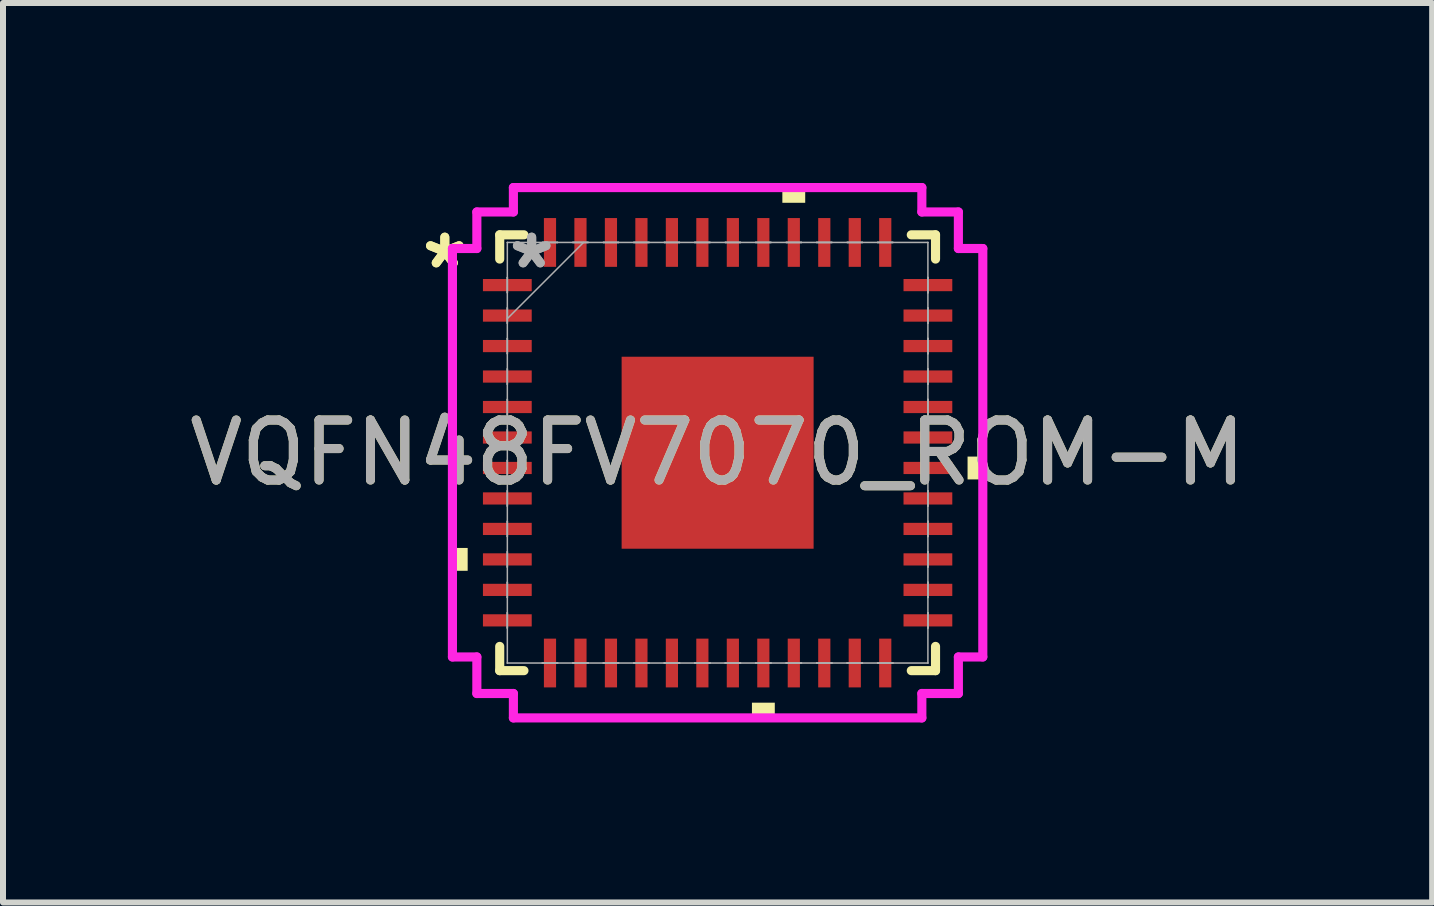
<source format=kicad_pcb>
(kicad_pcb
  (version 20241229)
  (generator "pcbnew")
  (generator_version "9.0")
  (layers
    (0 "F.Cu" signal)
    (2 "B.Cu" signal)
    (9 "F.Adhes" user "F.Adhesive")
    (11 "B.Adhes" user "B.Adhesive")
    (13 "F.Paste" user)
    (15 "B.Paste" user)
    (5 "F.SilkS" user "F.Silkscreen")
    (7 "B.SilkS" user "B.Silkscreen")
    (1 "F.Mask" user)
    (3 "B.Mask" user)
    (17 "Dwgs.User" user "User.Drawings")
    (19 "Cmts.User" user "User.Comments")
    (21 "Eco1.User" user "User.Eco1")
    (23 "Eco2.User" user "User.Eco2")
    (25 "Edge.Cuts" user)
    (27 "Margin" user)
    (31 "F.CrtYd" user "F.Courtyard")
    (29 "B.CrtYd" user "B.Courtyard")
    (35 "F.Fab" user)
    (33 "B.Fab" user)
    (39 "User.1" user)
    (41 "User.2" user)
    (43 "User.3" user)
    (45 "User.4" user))
  (footprint "VQFN48FV7070_ROM-M"
    (layer "F.Cu")
    (at 8.911 4.496)
    (property "Reference" "VQFN48FV7070_ROM-M" (at 0 0 0) (unlocked yes) (layer "F.SilkS") (effects (font (size 1 1) (thickness 0.15))))
    (attr smd)
    (fp_line (start -3.632 -3.632) (end -3.632 -3.228) (stroke (width 0.152) (type solid)) (layer "F.SilkS"))
    (fp_line (start -3.632 3.228) (end -3.632 3.632) (stroke (width 0.152) (type solid)) (layer "F.SilkS"))
    (fp_line (start -3.632 3.632) (end -3.228 3.632) (stroke (width 0.152) (type solid)) (layer "F.SilkS"))
    (fp_line (start -3.228 -3.632) (end -3.632 -3.632) (stroke (width 0.152) (type solid)) (layer "F.SilkS"))
    (fp_line (start 3.228 3.632) (end 3.632 3.632) (stroke (width 0.152) (type solid)) (layer "F.SilkS"))
    (fp_line (start 3.632 -3.632) (end 3.228 -3.632) (stroke (width 0.152) (type solid)) (layer "F.SilkS"))
    (fp_line (start 3.632 -3.228) (end 3.632 -3.632) (stroke (width 0.152) (type solid)) (layer "F.SilkS"))
    (fp_line (start 3.632 3.632) (end 3.632 3.228) (stroke (width 0.152) (type solid)) (layer "F.SilkS"))
    (fp_poly (pts (xy -4.42 1.587) (xy -4.42 1.968) (xy -4.166 1.968) (xy -4.166 1.587)) (stroke (width 0) (type solid)) (fill yes) (layer "F.SilkS"))
    (fp_poly (pts (xy 0.572 4.166) (xy 0.572 4.42) (xy 0.953 4.42) (xy 0.953 4.166)) (stroke (width 0) (type solid)) (fill yes) (layer "F.SilkS"))
    (fp_poly (pts (xy 1.079 -4.166) (xy 1.079 -4.42) (xy 1.46 -4.42) (xy 1.46 -4.166)) (stroke (width 0) (type solid)) (fill yes) (layer "F.SilkS"))
    (fp_poly (pts (xy 4.42 0.064) (xy 4.42 0.445) (xy 4.166 0.445) (xy 4.166 0.064)) (stroke (width 0) (type solid)) (fill yes) (layer "F.SilkS"))
    (fp_poly (pts (xy -1.5 -1.5) (xy -1.5 -0.1) (xy -0.1 -0.1) (xy -0.1 -1.5)) (stroke (width 0) (type solid)) (fill yes) (layer "F.Paste"))
    (fp_poly (pts (xy -1.5 0.1) (xy -1.5 1.5) (xy -0.1 1.5) (xy -0.1 0.1)) (stroke (width 0) (type solid)) (fill yes) (layer "F.Paste"))
    (fp_poly (pts (xy 0.1 -1.5) (xy 0.1 -0.1) (xy 1.5 -0.1) (xy 1.5 -1.5)) (stroke (width 0) (type solid)) (fill yes) (layer "F.Paste"))
    (fp_poly (pts (xy 0.1 0.1) (xy 0.1 1.5) (xy 1.5 1.5) (xy 1.5 0.1)) (stroke (width 0) (type solid)) (fill yes) (layer "F.Paste"))
    (fp_line (start -4.42 -3.404) (end -4.013 -3.404) (stroke (width 0.152) (type solid)) (layer "F.CrtYd"))
    (fp_line (start -4.42 3.404) (end -4.42 -3.404) (stroke (width 0.152) (type solid)) (layer "F.CrtYd"))
    (fp_line (start -4.013 -4.013) (end -3.404 -4.013) (stroke (width 0.152) (type solid)) (layer "F.CrtYd"))
    (fp_line (start -4.013 -3.404) (end -4.013 -4.013) (stroke (width 0.152) (type solid)) (layer "F.CrtYd"))
    (fp_line (start -4.013 3.404) (end -4.42 3.404) (stroke (width 0.152) (type solid)) (layer "F.CrtYd"))
    (fp_line (start -4.013 4.013) (end -4.013 3.404) (stroke (width 0.152) (type solid)) (layer "F.CrtYd"))
    (fp_line (start -3.404 -4.42) (end 3.404 -4.42) (stroke (width 0.152) (type solid)) (layer "F.CrtYd"))
    (fp_line (start -3.404 -4.013) (end -3.404 -4.42) (stroke (width 0.152) (type solid)) (layer "F.CrtYd"))
    (fp_line (start -3.404 4.013) (end -4.013 4.013) (stroke (width 0.152) (type solid)) (layer "F.CrtYd"))
    (fp_line (start -3.404 4.42) (end -3.404 4.013) (stroke (width 0.152) (type solid)) (layer "F.CrtYd"))
    (fp_line (start 3.404 -4.42) (end 3.404 -4.013) (stroke (width 0.152) (type solid)) (layer "F.CrtYd"))
    (fp_line (start 3.404 -4.013) (end 4.013 -4.013) (stroke (width 0.152) (type solid)) (layer "F.CrtYd"))
    (fp_line (start 3.404 4.013) (end 3.404 4.42) (stroke (width 0.152) (type solid)) (layer "F.CrtYd"))
    (fp_line (start 3.404 4.42) (end -3.404 4.42) (stroke (width 0.152) (type solid)) (layer "F.CrtYd"))
    (fp_line (start 4.013 -4.013) (end 4.013 -3.404) (stroke (width 0.152) (type solid)) (layer "F.CrtYd"))
    (fp_line (start 4.013 -3.404) (end 4.42 -3.404) (stroke (width 0.152) (type solid)) (layer "F.CrtYd"))
    (fp_line (start 4.013 3.404) (end 4.013 4.013) (stroke (width 0.152) (type solid)) (layer "F.CrtYd"))
    (fp_line (start 4.013 4.013) (end 3.404 4.013) (stroke (width 0.152) (type solid)) (layer "F.CrtYd"))
    (fp_line (start 4.42 -3.404) (end 4.42 3.404) (stroke (width 0.152) (type solid)) (layer "F.CrtYd"))
    (fp_line (start 4.42 3.404) (end 4.013 3.404) (stroke (width 0.152) (type solid)) (layer "F.CrtYd"))
    (fp_line (start -3.505 -3.505) (end -3.505 -3.505) (stroke (width 0.025) (type solid)) (layer "F.Fab"))
    (fp_line (start -3.505 -3.505) (end -3.505 3.505) (stroke (width 0.025) (type solid)) (layer "F.Fab"))
    (fp_line (start -3.505 -2.921) (end -3.505 -2.921) (stroke (width 0.025) (type solid)) (layer "F.Fab"))
    (fp_line (start -3.505 -2.921) (end -3.505 -2.667) (stroke (width 0.025) (type solid)) (layer "F.Fab"))
    (fp_line (start -3.505 -2.667) (end -3.505 -2.921) (stroke (width 0.025) (type solid)) (layer "F.Fab"))
    (fp_line (start -3.505 -2.667) (end -3.505 -2.667) (stroke (width 0.025) (type solid)) (layer "F.Fab"))
    (fp_line (start -3.505 -2.413) (end -3.505 -2.413) (stroke (width 0.025) (type solid)) (layer "F.Fab"))
    (fp_line (start -3.505 -2.413) (end -3.505 -2.159) (stroke (width 0.025) (type solid)) (layer "F.Fab"))
    (fp_line (start -3.505 -2.235) (end -2.235 -3.505) (stroke (width 0.025) (type solid)) (layer "F.Fab"))
    (fp_line (start -3.505 -2.159) (end -3.505 -2.413) (stroke (width 0.025) (type solid)) (layer "F.Fab"))
    (fp_line (start -3.505 -2.159) (end -3.505 -2.159) (stroke (width 0.025) (type solid)) (layer "F.Fab"))
    (fp_line (start -3.505 -1.905) (end -3.505 -1.905) (stroke (width 0.025) (type solid)) (layer "F.Fab"))
    (fp_line (start -3.505 -1.905) (end -3.505 -1.651) (stroke (width 0.025) (type solid)) (layer "F.Fab"))
    (fp_line (start -3.505 -1.651) (end -3.505 -1.905) (stroke (width 0.025) (type solid)) (layer "F.Fab"))
    (fp_line (start -3.505 -1.651) (end -3.505 -1.651) (stroke (width 0.025) (type solid)) (layer "F.Fab"))
    (fp_line (start -3.505 -1.397) (end -3.505 -1.397) (stroke (width 0.025) (type solid)) (layer "F.Fab"))
    (fp_line (start -3.505 -1.397) (end -3.505 -1.143) (stroke (width 0.025) (type solid)) (layer "F.Fab"))
    (fp_line (start -3.505 -1.143) (end -3.505 -1.397) (stroke (width 0.025) (type solid)) (layer "F.Fab"))
    (fp_line (start -3.505 -1.143) (end -3.505 -1.143) (stroke (width 0.025) (type solid)) (layer "F.Fab"))
    (fp_line (start -3.505 -0.889) (end -3.505 -0.889) (stroke (width 0.025) (type solid)) (layer "F.Fab"))
    (fp_line (start -3.505 -0.889) (end -3.505 -0.635) (stroke (width 0.025) (type solid)) (layer "F.Fab"))
    (fp_line (start -3.505 -0.635) (end -3.505 -0.889) (stroke (width 0.025) (type solid)) (layer "F.Fab"))
    (fp_line (start -3.505 -0.635) (end -3.505 -0.635) (stroke (width 0.025) (type solid)) (layer "F.Fab"))
    (fp_line (start -3.505 -0.381) (end -3.505 -0.381) (stroke (width 0.025) (type solid)) (layer "F.Fab"))
    (fp_line (start -3.505 -0.381) (end -3.505 -0.127) (stroke (width 0.025) (type solid)) (layer "F.Fab"))
    (fp_line (start -3.505 -0.127) (end -3.505 -0.381) (stroke (width 0.025) (type solid)) (layer "F.Fab"))
    (fp_line (start -3.505 -0.127) (end -3.505 -0.127) (stroke (width 0.025) (type solid)) (layer "F.Fab"))
    (fp_line (start -3.505 0.127) (end -3.505 0.127) (stroke (width 0.025) (type solid)) (layer "F.Fab"))
    (fp_line (start -3.505 0.127) (end -3.505 0.381) (stroke (width 0.025) (type solid)) (layer "F.Fab"))
    (fp_line (start -3.505 0.381) (end -3.505 0.127) (stroke (width 0.025) (type solid)) (layer "F.Fab"))
    (fp_line (start -3.505 0.381) (end -3.505 0.381) (stroke (width 0.025) (type solid)) (layer "F.Fab"))
    (fp_line (start -3.505 0.635) (end -3.505 0.635) (stroke (width 0.025) (type solid)) (layer "F.Fab"))
    (fp_line (start -3.505 0.635) (end -3.505 0.889) (stroke (width 0.025) (type solid)) (layer "F.Fab"))
    (fp_line (start -3.505 0.889) (end -3.505 0.635) (stroke (width 0.025) (type solid)) (layer "F.Fab"))
    (fp_line (start -3.505 0.889) (end -3.505 0.889) (stroke (width 0.025) (type solid)) (layer "F.Fab"))
    (fp_line (start -3.505 1.143) (end -3.505 1.143) (stroke (width 0.025) (type solid)) (layer "F.Fab"))
    (fp_line (start -3.505 1.143) (end -3.505 1.397) (stroke (width 0.025) (type solid)) (layer "F.Fab"))
    (fp_line (start -3.505 1.397) (end -3.505 1.143) (stroke (width 0.025) (type solid)) (layer "F.Fab"))
    (fp_line (start -3.505 1.397) (end -3.505 1.397) (stroke (width 0.025) (type solid)) (layer "F.Fab"))
    (fp_line (start -3.505 1.651) (end -3.505 1.651) (stroke (width 0.025) (type solid)) (layer "F.Fab"))
    (fp_line (start -3.505 1.651) (end -3.505 1.905) (stroke (width 0.025) (type solid)) (layer "F.Fab"))
    (fp_line (start -3.505 1.905) (end -3.505 1.651) (stroke (width 0.025) (type solid)) (layer "F.Fab"))
    (fp_line (start -3.505 1.905) (end -3.505 1.905) (stroke (width 0.025) (type solid)) (layer "F.Fab"))
    (fp_line (start -3.505 2.159) (end -3.505 2.159) (stroke (width 0.025) (type solid)) (layer "F.Fab"))
    (fp_line (start -3.505 2.159) (end -3.505 2.413) (stroke (width 0.025) (type solid)) (layer "F.Fab"))
    (fp_line (start -3.505 2.413) (end -3.505 2.159) (stroke (width 0.025) (type solid)) (layer "F.Fab"))
    (fp_line (start -3.505 2.413) (end -3.505 2.413) (stroke (width 0.025) (type solid)) (layer "F.Fab"))
    (fp_line (start -3.505 2.667) (end -3.505 2.667) (stroke (width 0.025) (type solid)) (layer "F.Fab"))
    (fp_line (start -3.505 2.667) (end -3.505 2.921) (stroke (width 0.025) (type solid)) (layer "F.Fab"))
    (fp_line (start -3.505 2.921) (end -3.505 2.667) (stroke (width 0.025) (type solid)) (layer "F.Fab"))
    (fp_line (start -3.505 2.921) (end -3.505 2.921) (stroke (width 0.025) (type solid)) (layer "F.Fab"))
    (fp_line (start -3.505 3.505) (end -3.505 3.505) (stroke (width 0.025) (type solid)) (layer "F.Fab"))
    (fp_line (start -3.505 3.505) (end 3.505 3.505) (stroke (width 0.025) (type solid)) (layer "F.Fab"))
    (fp_line (start -2.921 -3.505) (end -2.921 -3.505) (stroke (width 0.025) (type solid)) (layer "F.Fab"))
    (fp_line (start -2.921 -3.505) (end -2.667 -3.505) (stroke (width 0.025) (type solid)) (layer "F.Fab"))
    (fp_line (start -2.921 3.505) (end -2.921 3.505) (stroke (width 0.025) (type solid)) (layer "F.Fab"))
    (fp_line (start -2.921 3.505) (end -2.667 3.505) (stroke (width 0.025) (type solid)) (layer "F.Fab"))
    (fp_line (start -2.667 -3.505) (end -2.921 -3.505) (stroke (width 0.025) (type solid)) (layer "F.Fab"))
    (fp_line (start -2.667 -3.505) (end -2.667 -3.505) (stroke (width 0.025) (type solid)) (layer "F.Fab"))
    (fp_line (start -2.667 3.505) (end -2.921 3.505) (stroke (width 0.025) (type solid)) (layer "F.Fab"))
    (fp_line (start -2.667 3.505) (end -2.667 3.505) (stroke (width 0.025) (type solid)) (layer "F.Fab"))
    (fp_line (start -2.413 -3.505) (end -2.413 -3.505) (stroke (width 0.025) (type solid)) (layer "F.Fab"))
    (fp_line (start -2.413 -3.505) (end -2.159 -3.505) (stroke (width 0.025) (type solid)) (layer "F.Fab"))
    (fp_line (start -2.413 3.505) (end -2.413 3.505) (stroke (width 0.025) (type solid)) (layer "F.Fab"))
    (fp_line (start -2.413 3.505) (end -2.159 3.505) (stroke (width 0.025) (type solid)) (layer "F.Fab"))
    (fp_line (start -2.159 -3.505) (end -2.413 -3.505) (stroke (width 0.025) (type solid)) (layer "F.Fab"))
    (fp_line (start -2.159 -3.505) (end -2.159 -3.505) (stroke (width 0.025) (type solid)) (layer "F.Fab"))
    (fp_line (start -2.159 3.505) (end -2.413 3.505) (stroke (width 0.025) (type solid)) (layer "F.Fab"))
    (fp_line (start -2.159 3.505) (end -2.159 3.505) (stroke (width 0.025) (type solid)) (layer "F.Fab"))
    (fp_line (start -1.905 -3.505) (end -1.905 -3.505) (stroke (width 0.025) (type solid)) (layer "F.Fab"))
    (fp_line (start -1.905 -3.505) (end -1.651 -3.505) (stroke (width 0.025) (type solid)) (layer "F.Fab"))
    (fp_line (start -1.905 3.505) (end -1.905 3.505) (stroke (width 0.025) (type solid)) (layer "F.Fab"))
    (fp_line (start -1.905 3.505) (end -1.651 3.505) (stroke (width 0.025) (type solid)) (layer "F.Fab"))
    (fp_line (start -1.651 -3.505) (end -1.905 -3.505) (stroke (width 0.025) (type solid)) (layer "F.Fab"))
    (fp_line (start -1.651 -3.505) (end -1.651 -3.505) (stroke (width 0.025) (type solid)) (layer "F.Fab"))
    (fp_line (start -1.651 3.505) (end -1.905 3.505) (stroke (width 0.025) (type solid)) (layer "F.Fab"))
    (fp_line (start -1.651 3.505) (end -1.651 3.505) (stroke (width 0.025) (type solid)) (layer "F.Fab"))
    (fp_line (start -1.397 -3.505) (end -1.397 -3.505) (stroke (width 0.025) (type solid)) (layer "F.Fab"))
    (fp_line (start -1.397 -3.505) (end -1.143 -3.505) (stroke (width 0.025) (type solid)) (layer "F.Fab"))
    (fp_line (start -1.397 3.505) (end -1.397 3.505) (stroke (width 0.025) (type solid)) (layer "F.Fab"))
    (fp_line (start -1.397 3.505) (end -1.143 3.505) (stroke (width 0.025) (type solid)) (layer "F.Fab"))
    (fp_line (start -1.143 -3.505) (end -1.397 -3.505) (stroke (width 0.025) (type solid)) (layer "F.Fab"))
    (fp_line (start -1.143 -3.505) (end -1.143 -3.505) (stroke (width 0.025) (type solid)) (layer "F.Fab"))
    (fp_line (start -1.143 3.505) (end -1.397 3.505) (stroke (width 0.025) (type solid)) (layer "F.Fab"))
    (fp_line (start -1.143 3.505) (end -1.143 3.505) (stroke (width 0.025) (type solid)) (layer "F.Fab"))
    (fp_line (start -0.889 -3.505) (end -0.889 -3.505) (stroke (width 0.025) (type solid)) (layer "F.Fab"))
    (fp_line (start -0.889 -3.505) (end -0.635 -3.505) (stroke (width 0.025) (type solid)) (layer "F.Fab"))
    (fp_line (start -0.889 3.505) (end -0.889 3.505) (stroke (width 0.025) (type solid)) (layer "F.Fab"))
    (fp_line (start -0.889 3.505) (end -0.635 3.505) (stroke (width 0.025) (type solid)) (layer "F.Fab"))
    (fp_line (start -0.635 -3.505) (end -0.889 -3.505) (stroke (width 0.025) (type solid)) (layer "F.Fab"))
    (fp_line (start -0.635 -3.505) (end -0.635 -3.505) (stroke (width 0.025) (type solid)) (layer "F.Fab"))
    (fp_line (start -0.635 3.505) (end -0.889 3.505) (stroke (width 0.025) (type solid)) (layer "F.Fab"))
    (fp_line (start -0.635 3.505) (end -0.635 3.505) (stroke (width 0.025) (type solid)) (layer "F.Fab"))
    (fp_line (start -0.381 -3.505) (end -0.381 -3.505) (stroke (width 0.025) (type solid)) (layer "F.Fab"))
    (fp_line (start -0.381 -3.505) (end -0.127 -3.505) (stroke (width 0.025) (type solid)) (layer "F.Fab"))
    (fp_line (start -0.381 3.505) (end -0.381 3.505) (stroke (width 0.025) (type solid)) (layer "F.Fab"))
    (fp_line (start -0.381 3.505) (end -0.127 3.505) (stroke (width 0.025) (type solid)) (layer "F.Fab"))
    (fp_line (start -0.127 -3.505) (end -0.381 -3.505) (stroke (width 0.025) (type solid)) (layer "F.Fab"))
    (fp_line (start -0.127 -3.505) (end -0.127 -3.505) (stroke (width 0.025) (type solid)) (layer "F.Fab"))
    (fp_line (start -0.127 3.505) (end -0.381 3.505) (stroke (width 0.025) (type solid)) (layer "F.Fab"))
    (fp_line (start -0.127 3.505) (end -0.127 3.505) (stroke (width 0.025) (type solid)) (layer "F.Fab"))
    (fp_line (start 0.127 -3.505) (end 0.127 -3.505) (stroke (width 0.025) (type solid)) (layer "F.Fab"))
    (fp_line (start 0.127 -3.505) (end 0.381 -3.505) (stroke (width 0.025) (type solid)) (layer "F.Fab"))
    (fp_line (start 0.127 3.505) (end 0.127 3.505) (stroke (width 0.025) (type solid)) (layer "F.Fab"))
    (fp_line (start 0.127 3.505) (end 0.381 3.505) (stroke (width 0.025) (type solid)) (layer "F.Fab"))
    (fp_line (start 0.381 -3.505) (end 0.127 -3.505) (stroke (width 0.025) (type solid)) (layer "F.Fab"))
    (fp_line (start 0.381 -3.505) (end 0.381 -3.505) (stroke (width 0.025) (type solid)) (layer "F.Fab"))
    (fp_line (start 0.381 3.505) (end 0.127 3.505) (stroke (width 0.025) (type solid)) (layer "F.Fab"))
    (fp_line (start 0.381 3.505) (end 0.381 3.505) (stroke (width 0.025) (type solid)) (layer "F.Fab"))
    (fp_line (start 0.635 -3.505) (end 0.635 -3.505) (stroke (width 0.025) (type solid)) (layer "F.Fab"))
    (fp_line (start 0.635 -3.505) (end 0.889 -3.505) (stroke (width 0.025) (type solid)) (layer "F.Fab"))
    (fp_line (start 0.635 3.505) (end 0.635 3.505) (stroke (width 0.025) (type solid)) (layer "F.Fab"))
    (fp_line (start 0.635 3.505) (end 0.889 3.505) (stroke (width 0.025) (type solid)) (layer "F.Fab"))
    (fp_line (start 0.889 -3.505) (end 0.635 -3.505) (stroke (width 0.025) (type solid)) (layer "F.Fab"))
    (fp_line (start 0.889 -3.505) (end 0.889 -3.505) (stroke (width 0.025) (type solid)) (layer "F.Fab"))
    (fp_line (start 0.889 3.505) (end 0.635 3.505) (stroke (width 0.025) (type solid)) (layer "F.Fab"))
    (fp_line (start 0.889 3.505) (end 0.889 3.505) (stroke (width 0.025) (type solid)) (layer "F.Fab"))
    (fp_line (start 1.143 -3.505) (end 1.143 -3.505) (stroke (width 0.025) (type solid)) (layer "F.Fab"))
    (fp_line (start 1.143 -3.505) (end 1.397 -3.505) (stroke (width 0.025) (type solid)) (layer "F.Fab"))
    (fp_line (start 1.143 3.505) (end 1.143 3.505) (stroke (width 0.025) (type solid)) (layer "F.Fab"))
    (fp_line (start 1.143 3.505) (end 1.397 3.505) (stroke (width 0.025) (type solid)) (layer "F.Fab"))
    (fp_line (start 1.397 -3.505) (end 1.143 -3.505) (stroke (width 0.025) (type solid)) (layer "F.Fab"))
    (fp_line (start 1.397 -3.505) (end 1.397 -3.505) (stroke (width 0.025) (type solid)) (layer "F.Fab"))
    (fp_line (start 1.397 3.505) (end 1.143 3.505) (stroke (width 0.025) (type solid)) (layer "F.Fab"))
    (fp_line (start 1.397 3.505) (end 1.397 3.505) (stroke (width 0.025) (type solid)) (layer "F.Fab"))
    (fp_line (start 1.651 -3.505) (end 1.651 -3.505) (stroke (width 0.025) (type solid)) (layer "F.Fab"))
    (fp_line (start 1.651 -3.505) (end 1.905 -3.505) (stroke (width 0.025) (type solid)) (layer "F.Fab"))
    (fp_line (start 1.651 3.505) (end 1.651 3.505) (stroke (width 0.025) (type solid)) (layer "F.Fab"))
    (fp_line (start 1.651 3.505) (end 1.905 3.505) (stroke (width 0.025) (type solid)) (layer "F.Fab"))
    (fp_line (start 1.905 -3.505) (end 1.651 -3.505) (stroke (width 0.025) (type solid)) (layer "F.Fab"))
    (fp_line (start 1.905 -3.505) (end 1.905 -3.505) (stroke (width 0.025) (type solid)) (layer "F.Fab"))
    (fp_line (start 1.905 3.505) (end 1.651 3.505) (stroke (width 0.025) (type solid)) (layer "F.Fab"))
    (fp_line (start 1.905 3.505) (end 1.905 3.505) (stroke (width 0.025) (type solid)) (layer "F.Fab"))
    (fp_line (start 2.159 -3.505) (end 2.159 -3.505) (stroke (width 0.025) (type solid)) (layer "F.Fab"))
    (fp_line (start 2.159 -3.505) (end 2.413 -3.505) (stroke (width 0.025) (type solid)) (layer "F.Fab"))
    (fp_line (start 2.159 3.505) (end 2.159 3.505) (stroke (width 0.025) (type solid)) (layer "F.Fab"))
    (fp_line (start 2.159 3.505) (end 2.413 3.505) (stroke (width 0.025) (type solid)) (layer "F.Fab"))
    (fp_line (start 2.413 -3.505) (end 2.159 -3.505) (stroke (width 0.025) (type solid)) (layer "F.Fab"))
    (fp_line (start 2.413 -3.505) (end 2.413 -3.505) (stroke (width 0.025) (type solid)) (layer "F.Fab"))
    (fp_line (start 2.413 3.505) (end 2.159 3.505) (stroke (width 0.025) (type solid)) (layer "F.Fab"))
    (fp_line (start 2.413 3.505) (end 2.413 3.505) (stroke (width 0.025) (type solid)) (layer "F.Fab"))
    (fp_line (start 2.667 -3.505) (end 2.667 -3.505) (stroke (width 0.025) (type solid)) (layer "F.Fab"))
    (fp_line (start 2.667 -3.505) (end 2.921 -3.505) (stroke (width 0.025) (type solid)) (layer "F.Fab"))
    (fp_line (start 2.667 3.505) (end 2.667 3.505) (stroke (width 0.025) (type solid)) (layer "F.Fab"))
    (fp_line (start 2.667 3.505) (end 2.921 3.505) (stroke (width 0.025) (type solid)) (layer "F.Fab"))
    (fp_line (start 2.921 -3.505) (end 2.667 -3.505) (stroke (width 0.025) (type solid)) (layer "F.Fab"))
    (fp_line (start 2.921 -3.505) (end 2.921 -3.505) (stroke (width 0.025) (type solid)) (layer "F.Fab"))
    (fp_line (start 2.921 3.505) (end 2.667 3.505) (stroke (width 0.025) (type solid)) (layer "F.Fab"))
    (fp_line (start 2.921 3.505) (end 2.921 3.505) (stroke (width 0.025) (type solid)) (layer "F.Fab"))
    (fp_line (start 3.505 -3.505) (end -3.505 -3.505) (stroke (width 0.025) (type solid)) (layer "F.Fab"))
    (fp_line (start 3.505 -3.505) (end 3.505 -3.505) (stroke (width 0.025) (type solid)) (layer "F.Fab"))
    (fp_line (start 3.505 -2.921) (end 3.505 -2.921) (stroke (width 0.025) (type solid)) (layer "F.Fab"))
    (fp_line (start 3.505 -2.921) (end 3.505 -2.667) (stroke (width 0.025) (type solid)) (layer "F.Fab"))
    (fp_line (start 3.505 -2.667) (end 3.505 -2.921) (stroke (width 0.025) (type solid)) (layer "F.Fab"))
    (fp_line (start 3.505 -2.667) (end 3.505 -2.667) (stroke (width 0.025) (type solid)) (layer "F.Fab"))
    (fp_line (start 3.505 -2.413) (end 3.505 -2.413) (stroke (width 0.025) (type solid)) (layer "F.Fab"))
    (fp_line (start 3.505 -2.413) (end 3.505 -2.159) (stroke (width 0.025) (type solid)) (layer "F.Fab"))
    (fp_line (start 3.505 -2.159) (end 3.505 -2.413) (stroke (width 0.025) (type solid)) (layer "F.Fab"))
    (fp_line (start 3.505 -2.159) (end 3.505 -2.159) (stroke (width 0.025) (type solid)) (layer "F.Fab"))
    (fp_line (start 3.505 -1.905) (end 3.505 -1.905) (stroke (width 0.025) (type solid)) (layer "F.Fab"))
    (fp_line (start 3.505 -1.905) (end 3.505 -1.651) (stroke (width 0.025) (type solid)) (layer "F.Fab"))
    (fp_line (start 3.505 -1.651) (end 3.505 -1.905) (stroke (width 0.025) (type solid)) (layer "F.Fab"))
    (fp_line (start 3.505 -1.651) (end 3.505 -1.651) (stroke (width 0.025) (type solid)) (layer "F.Fab"))
    (fp_line (start 3.505 -1.397) (end 3.505 -1.397) (stroke (width 0.025) (type solid)) (layer "F.Fab"))
    (fp_line (start 3.505 -1.397) (end 3.505 -1.143) (stroke (width 0.025) (type solid)) (layer "F.Fab"))
    (fp_line (start 3.505 -1.143) (end 3.505 -1.397) (stroke (width 0.025) (type solid)) (layer "F.Fab"))
    (fp_line (start 3.505 -1.143) (end 3.505 -1.143) (stroke (width 0.025) (type solid)) (layer "F.Fab"))
    (fp_line (start 3.505 -0.889) (end 3.505 -0.889) (stroke (width 0.025) (type solid)) (layer "F.Fab"))
    (fp_line (start 3.505 -0.889) (end 3.505 -0.635) (stroke (width 0.025) (type solid)) (layer "F.Fab"))
    (fp_line (start 3.505 -0.635) (end 3.505 -0.889) (stroke (width 0.025) (type solid)) (layer "F.Fab"))
    (fp_line (start 3.505 -0.635) (end 3.505 -0.635) (stroke (width 0.025) (type solid)) (layer "F.Fab"))
    (fp_line (start 3.505 -0.381) (end 3.505 -0.381) (stroke (width 0.025) (type solid)) (layer "F.Fab"))
    (fp_line (start 3.505 -0.381) (end 3.505 -0.127) (stroke (width 0.025) (type solid)) (layer "F.Fab"))
    (fp_line (start 3.505 -0.127) (end 3.505 -0.381) (stroke (width 0.025) (type solid)) (layer "F.Fab"))
    (fp_line (start 3.505 -0.127) (end 3.505 -0.127) (stroke (width 0.025) (type solid)) (layer "F.Fab"))
    (fp_line (start 3.505 0.127) (end 3.505 0.127) (stroke (width 0.025) (type solid)) (layer "F.Fab"))
    (fp_line (start 3.505 0.127) (end 3.505 0.381) (stroke (width 0.025) (type solid)) (layer "F.Fab"))
    (fp_line (start 3.505 0.381) (end 3.505 0.127) (stroke (width 0.025) (type solid)) (layer "F.Fab"))
    (fp_line (start 3.505 0.381) (end 3.505 0.381) (stroke (width 0.025) (type solid)) (layer "F.Fab"))
    (fp_line (start 3.505 0.635) (end 3.505 0.635) (stroke (width 0.025) (type solid)) (layer "F.Fab"))
    (fp_line (start 3.505 0.635) (end 3.505 0.889) (stroke (width 0.025) (type solid)) (layer "F.Fab"))
    (fp_line (start 3.505 0.889) (end 3.505 0.635) (stroke (width 0.025) (type solid)) (layer "F.Fab"))
    (fp_line (start 3.505 0.889) (end 3.505 0.889) (stroke (width 0.025) (type solid)) (layer "F.Fab"))
    (fp_line (start 3.505 1.143) (end 3.505 1.143) (stroke (width 0.025) (type solid)) (layer "F.Fab"))
    (fp_line (start 3.505 1.143) (end 3.505 1.397) (stroke (width 0.025) (type solid)) (layer "F.Fab"))
    (fp_line (start 3.505 1.397) (end 3.505 1.143) (stroke (width 0.025) (type solid)) (layer "F.Fab"))
    (fp_line (start 3.505 1.397) (end 3.505 1.397) (stroke (width 0.025) (type solid)) (layer "F.Fab"))
    (fp_line (start 3.505 1.651) (end 3.505 1.651) (stroke (width 0.025) (type solid)) (layer "F.Fab"))
    (fp_line (start 3.505 1.651) (end 3.505 1.905) (stroke (width 0.025) (type solid)) (layer "F.Fab"))
    (fp_line (start 3.505 1.905) (end 3.505 1.651) (stroke (width 0.025) (type solid)) (layer "F.Fab"))
    (fp_line (start 3.505 1.905) (end 3.505 1.905) (stroke (width 0.025) (type solid)) (layer "F.Fab"))
    (fp_line (start 3.505 2.159) (end 3.505 2.159) (stroke (width 0.025) (type solid)) (layer "F.Fab"))
    (fp_line (start 3.505 2.159) (end 3.505 2.413) (stroke (width 0.025) (type solid)) (layer "F.Fab"))
    (fp_line (start 3.505 2.413) (end 3.505 2.159) (stroke (width 0.025) (type solid)) (layer "F.Fab"))
    (fp_line (start 3.505 2.413) (end 3.505 2.413) (stroke (width 0.025) (type solid)) (layer "F.Fab"))
    (fp_line (start 3.505 2.667) (end 3.505 2.667) (stroke (width 0.025) (type solid)) (layer "F.Fab"))
    (fp_line (start 3.505 2.667) (end 3.505 2.921) (stroke (width 0.025) (type solid)) (layer "F.Fab"))
    (fp_line (start 3.505 2.921) (end 3.505 2.667) (stroke (width 0.025) (type solid)) (layer "F.Fab"))
    (fp_line (start 3.505 2.921) (end 3.505 2.921) (stroke (width 0.025) (type solid)) (layer "F.Fab"))
    (fp_line (start 3.505 3.505) (end 3.505 -3.505) (stroke (width 0.025) (type solid)) (layer "F.Fab"))
    (fp_line (start 3.505 3.505) (end 3.505 3.505) (stroke (width 0.025) (type solid)) (layer "F.Fab"))
    (fp_text user "*" (at -4.547 -3.048 0) (unlocked yes) (layer "F.SilkS") (effects (font (size 1 1) (thickness 0.15))))
    (fp_text user "*" (at -4.547 -3.048 0) (layer "F.SilkS") (effects (font (size 1 1) (thickness 0.15))))
    (fp_text user "*" (at -3.099 -3.048 0) (unlocked yes) (layer "F.Fab") (effects (font (size 1 1) (thickness 0.15))))
    (fp_text user "${REFERENCE}" (at 0 0 0) (unlocked yes) (layer "F.Fab") (effects (font (size 1 1) (thickness 0.15))))
    (fp_text user "*" (at -3.099 -3.048 0) (layer "F.Fab") (effects (font (size 1 1) (thickness 0.15))))
    (pad "1" smd rect (at -3.505 -2.794 90) (size 0.203 0.813) (layers "F.Cu" "F.Mask" "F.Paste"))
    (pad "2" smd rect (at -3.505 -2.286 90) (size 0.203 0.813) (layers "F.Cu" "F.Mask" "F.Paste"))
    (pad "3" smd rect (at -3.505 -1.778 90) (size 0.203 0.813) (layers "F.Cu" "F.Mask" "F.Paste"))
    (pad "4" smd rect (at -3.505 -1.27 90) (size 0.203 0.813) (layers "F.Cu" "F.Mask" "F.Paste"))
    (pad "5" smd rect (at -3.505 -0.762 90) (size 0.203 0.813) (layers "F.Cu" "F.Mask" "F.Paste"))
    (pad "6" smd rect (at -3.505 -0.254 90) (size 0.203 0.813) (layers "F.Cu" "F.Mask" "F.Paste"))
    (pad "7" smd rect (at -3.505 0.254 90) (size 0.203 0.813) (layers "F.Cu" "F.Mask" "F.Paste"))
    (pad "8" smd rect (at -3.505 0.762 90) (size 0.203 0.813) (layers "F.Cu" "F.Mask" "F.Paste"))
    (pad "9" smd rect (at -3.505 1.27 90) (size 0.203 0.813) (layers "F.Cu" "F.Mask" "F.Paste"))
    (pad "10" smd rect (at -3.505 1.778 90) (size 0.203 0.813) (layers "F.Cu" "F.Mask" "F.Paste"))
    (pad "11" smd rect (at -3.505 2.286 90) (size 0.203 0.813) (layers "F.Cu" "F.Mask" "F.Paste"))
    (pad "12" smd rect (at -3.505 2.794 90) (size 0.203 0.813) (layers "F.Cu" "F.Mask" "F.Paste"))
    (pad "13" smd rect (at -2.794 3.505) (size 0.203 0.813) (layers "F.Cu" "F.Mask" "F.Paste"))
    (pad "14" smd rect (at -2.286 3.505) (size 0.203 0.813) (layers "F.Cu" "F.Mask" "F.Paste"))
    (pad "15" smd rect (at -1.778 3.505) (size 0.203 0.813) (layers "F.Cu" "F.Mask" "F.Paste"))
    (pad "16" smd rect (at -1.27 3.505) (size 0.203 0.813) (layers "F.Cu" "F.Mask" "F.Paste"))
    (pad "17" smd rect (at -0.762 3.505) (size 0.203 0.813) (layers "F.Cu" "F.Mask" "F.Paste"))
    (pad "18" smd rect (at -0.254 3.505) (size 0.203 0.813) (layers "F.Cu" "F.Mask" "F.Paste"))
    (pad "19" smd rect (at 0.254 3.505) (size 0.203 0.813) (layers "F.Cu" "F.Mask" "F.Paste"))
    (pad "20" smd rect (at 0.762 3.505) (size 0.203 0.813) (layers "F.Cu" "F.Mask" "F.Paste"))
    (pad "21" smd rect (at 1.27 3.505) (size 0.203 0.813) (layers "F.Cu" "F.Mask" "F.Paste"))
    (pad "22" smd rect (at 1.778 3.505) (size 0.203 0.813) (layers "F.Cu" "F.Mask" "F.Paste"))
    (pad "23" smd rect (at 2.286 3.505) (size 0.203 0.813) (layers "F.Cu" "F.Mask" "F.Paste"))
    (pad "24" smd rect (at 2.794 3.505) (size 0.203 0.813) (layers "F.Cu" "F.Mask" "F.Paste"))
    (pad "25" smd rect (at 3.505 2.794 90) (size 0.203 0.813) (layers "F.Cu" "F.Mask" "F.Paste"))
    (pad "26" smd rect (at 3.505 2.286 90) (size 0.203 0.813) (layers "F.Cu" "F.Mask" "F.Paste"))
    (pad "27" smd rect (at 3.505 1.778 90) (size 0.203 0.813) (layers "F.Cu" "F.Mask" "F.Paste"))
    (pad "28" smd rect (at 3.505 1.27 90) (size 0.203 0.813) (layers "F.Cu" "F.Mask" "F.Paste"))
    (pad "29" smd rect (at 3.505 0.762 90) (size 0.203 0.813) (layers "F.Cu" "F.Mask" "F.Paste"))
    (pad "30" smd rect (at 3.505 0.254 90) (size 0.203 0.813) (layers "F.Cu" "F.Mask" "F.Paste"))
    (pad "31" smd rect (at 3.505 -0.254 90) (size 0.203 0.813) (layers "F.Cu" "F.Mask" "F.Paste"))
    (pad "32" smd rect (at 3.505 -0.762 90) (size 0.203 0.813) (layers "F.Cu" "F.Mask" "F.Paste"))
    (pad "33" smd rect (at 3.505 -1.27 90) (size 0.203 0.813) (layers "F.Cu" "F.Mask" "F.Paste"))
    (pad "34" smd rect (at 3.505 -1.778 90) (size 0.203 0.813) (layers "F.Cu" "F.Mask" "F.Paste"))
    (pad "35" smd rect (at 3.505 -2.286 90) (size 0.203 0.813) (layers "F.Cu" "F.Mask" "F.Paste"))
    (pad "36" smd rect (at 3.505 -2.794 90) (size 0.203 0.813) (layers "F.Cu" "F.Mask" "F.Paste"))
    (pad "37" smd rect (at 2.794 -3.505) (size 0.203 0.813) (layers "F.Cu" "F.Mask" "F.Paste"))
    (pad "38" smd rect (at 2.286 -3.505) (size 0.203 0.813) (layers "F.Cu" "F.Mask" "F.Paste"))
    (pad "39" smd rect (at 1.778 -3.505) (size 0.203 0.813) (layers "F.Cu" "F.Mask" "F.Paste"))
    (pad "40" smd rect (at 1.27 -3.505) (size 0.203 0.813) (layers "F.Cu" "F.Mask" "F.Paste"))
    (pad "41" smd rect (at 0.762 -3.505) (size 0.203 0.813) (layers "F.Cu" "F.Mask" "F.Paste"))
    (pad "42" smd rect (at 0.254 -3.505) (size 0.203 0.813) (layers "F.Cu" "F.Mask" "F.Paste"))
    (pad "43" smd rect (at -0.254 -3.505) (size 0.203 0.813) (layers "F.Cu" "F.Mask" "F.Paste"))
    (pad "44" smd rect (at -0.762 -3.505) (size 0.203 0.813) (layers "F.Cu" "F.Mask" "F.Paste"))
    (pad "45" smd rect (at -1.27 -3.505) (size 0.203 0.813) (layers "F.Cu" "F.Mask" "F.Paste"))
    (pad "46" smd rect (at -1.778 -3.505) (size 0.203 0.813) (layers "F.Cu" "F.Mask" "F.Paste"))
    (pad "47" smd rect (at -2.286 -3.505) (size 0.203 0.813) (layers "F.Cu" "F.Mask" "F.Paste"))
    (pad "48" smd rect (at -2.794 -3.505) (size 0.203 0.813) (layers "F.Cu" "F.Mask" "F.Paste"))
    (pad "49" smd rect (at 0 0) (size 3.2 3.2) (layers "F.Cu" "F.Mask")))
  (gr_rect
    (start -3 -3)
    (end 20.821 11.992)
    (stroke (width 0.1) (type default))
    (fill no)
    (layer "Edge.Cuts")))
</source>
